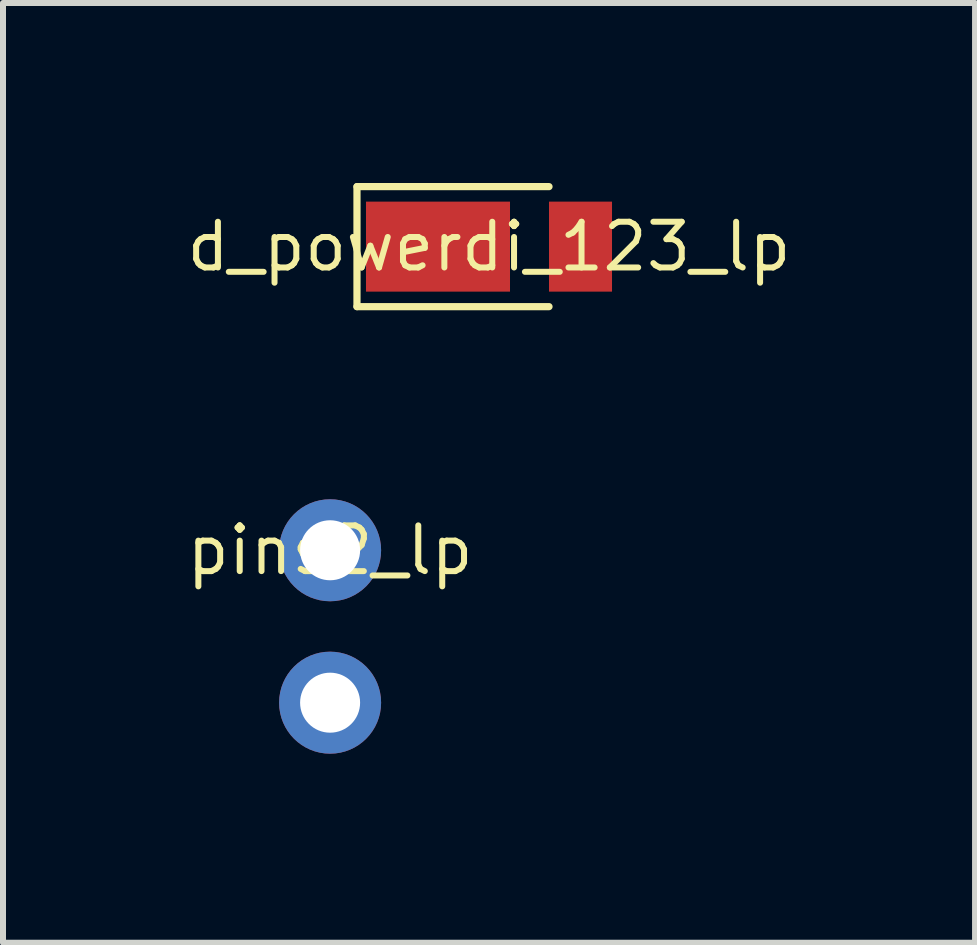
<source format=kicad_pcb>
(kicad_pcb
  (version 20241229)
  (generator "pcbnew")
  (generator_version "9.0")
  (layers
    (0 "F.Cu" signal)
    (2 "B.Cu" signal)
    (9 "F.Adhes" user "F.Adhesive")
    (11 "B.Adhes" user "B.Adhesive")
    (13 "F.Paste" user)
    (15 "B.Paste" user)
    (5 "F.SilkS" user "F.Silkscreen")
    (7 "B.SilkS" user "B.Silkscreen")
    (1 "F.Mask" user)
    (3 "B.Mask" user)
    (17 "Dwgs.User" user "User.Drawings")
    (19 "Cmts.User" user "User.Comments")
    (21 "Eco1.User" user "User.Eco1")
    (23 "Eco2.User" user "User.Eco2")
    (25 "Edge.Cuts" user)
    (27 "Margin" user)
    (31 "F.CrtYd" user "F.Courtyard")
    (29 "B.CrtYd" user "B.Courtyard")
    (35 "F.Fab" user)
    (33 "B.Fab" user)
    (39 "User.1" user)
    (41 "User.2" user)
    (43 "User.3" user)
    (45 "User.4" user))
  (footprint "d_powerdi_123_lp"
    (layer "F.Cu")
    (at 5.099 1.06)
    (property "Reference" "d_powerdi_123_lp" (at 0 0 0) (layer "F.SilkS") (effects (font (size 0.762 0.762) (thickness 0.1))))
    (attr through_hole)
    (fp_poly (pts (xy 0.5 -0.9) (xy -2.2 -0.9) (xy -2.2 0.9) (xy 0.5 0.9)) (stroke (width 0) (type solid)) (fill yes) (layer "F.Mask"))
    (fp_poly (pts (xy 2.2 -0.9) (xy 0.85 -0.9) (xy 0.85 0.9) (xy 2.2 0.9)) (stroke (width 0) (type solid)) (fill yes) (layer "F.Mask"))
    (fp_line (start -2.2 1) (end -2.2 -1) (stroke (width 0.12) (type solid)) (layer "F.SilkS"))
    (fp_line (start -2.2 1) (end 1 1) (stroke (width 0.12) (type solid)) (layer "F.SilkS"))
    (fp_line (start 1 -1) (end -2.2 -1) (stroke (width 0.12) (type solid)) (layer "F.SilkS"))
    (pad "1" smd rect (at -0.85 0 180) (size 2.4 1.5) (layers "F.Cu" "F.Paste"))
    (pad "2" smd rect (at 1.525 0 180) (size 1.05 1.5) (layers "F.Cu" "F.Paste")))
  (footprint "pins2_lp"
    (layer "F.Cu")
    (at 2.451 6.12)
    (property "Reference" "pins2_lp" (at 0 0 0) (layer "F.SilkS") (effects (font (size 0.762 0.762) (thickness 0.1))))
    (attr through_hole)
    (fp_poly (pts (xy 1 0) (xy 0.981 -0.195) (xy 0.924 -0.383) (xy 0.831 -0.556) (xy 0.707 -0.707) (xy 0.556 -0.831) (xy 0.383 -0.924) (xy 0.195 -0.981) (xy 0 -1) (xy -0.195 -0.981) (xy -0.383 -0.924) (xy -0.556 -0.831) (xy -0.707 -0.707) (xy -0.831 -0.556) (xy -0.924 -0.383) (xy -0.981 -0.195) (xy -1 0) (xy -0.981 0.195) (xy -0.924 0.383) (xy -0.831 0.556) (xy -0.707 0.707) (xy -0.556 0.831) (xy -0.383 0.924) (xy -0.195 0.981) (xy 0 1) (xy 0.195 0.981) (xy 0.383 0.924) (xy 0.556 0.831) (xy 0.707 0.707) (xy 0.831 0.556) (xy 0.924 0.383) (xy 0.981 0.195)) (stroke (width 0) (type solid)) (fill yes) (layer "F.Mask"))
    (fp_poly (pts (xy 1 2.54) (xy 0.981 2.345) (xy 0.924 2.157) (xy 0.831 1.984) (xy 0.707 1.833) (xy 0.556 1.709) (xy 0.383 1.616) (xy 0.195 1.559) (xy 0 1.54) (xy -0.195 1.559) (xy -0.383 1.616) (xy -0.556 1.709) (xy -0.707 1.833) (xy -0.831 1.984) (xy -0.924 2.157) (xy -0.981 2.345) (xy -1 2.54) (xy -0.981 2.735) (xy -0.924 2.923) (xy -0.831 3.096) (xy -0.707 3.247) (xy -0.556 3.371) (xy -0.383 3.464) (xy -0.195 3.521) (xy 0 3.54) (xy 0.195 3.521) (xy 0.383 3.464) (xy 0.556 3.371) (xy 0.707 3.247) (xy 0.831 3.096) (xy 0.924 2.923) (xy 0.981 2.735)) (stroke (width 0) (type solid)) (fill yes) (layer "F.Mask"))
    (fp_poly (pts (xy 1 0) (xy 0.981 -0.195) (xy 0.924 -0.383) (xy 0.831 -0.556) (xy 0.707 -0.707) (xy 0.556 -0.831) (xy 0.383 -0.924) (xy 0.195 -0.981) (xy 0 -1) (xy -0.195 -0.981) (xy -0.383 -0.924) (xy -0.556 -0.831) (xy -0.707 -0.707) (xy -0.831 -0.556) (xy -0.924 -0.383) (xy -0.981 -0.195) (xy -1 0) (xy -0.981 0.195) (xy -0.924 0.383) (xy -0.831 0.556) (xy -0.707 0.707) (xy -0.556 0.831) (xy -0.383 0.924) (xy -0.195 0.981) (xy 0 1) (xy 0.195 0.981) (xy 0.383 0.924) (xy 0.556 0.831) (xy 0.707 0.707) (xy 0.831 0.556) (xy 0.924 0.383) (xy 0.981 0.195)) (stroke (width 0) (type solid)) (fill yes) (layer "B.Mask"))
    (fp_poly (pts (xy 1 2.54) (xy 0.981 2.345) (xy 0.924 2.157) (xy 0.831 1.984) (xy 0.707 1.833) (xy 0.556 1.709) (xy 0.383 1.616) (xy 0.195 1.559) (xy 0 1.54) (xy -0.195 1.559) (xy -0.383 1.616) (xy -0.556 1.709) (xy -0.707 1.833) (xy -0.831 1.984) (xy -0.924 2.157) (xy -0.981 2.345) (xy -1 2.54) (xy -0.981 2.735) (xy -0.924 2.923) (xy -0.831 3.096) (xy -0.707 3.247) (xy -0.556 3.371) (xy -0.383 3.464) (xy -0.195 3.521) (xy 0 3.54) (xy 0.195 3.521) (xy 0.383 3.464) (xy 0.556 3.371) (xy 0.707 3.247) (xy 0.831 3.096) (xy 0.924 2.923) (xy 0.981 2.735)) (stroke (width 0) (type solid)) (fill yes) (layer "B.Mask"))
    (pad "1" thru_hole circle (at 0 0) (size 1.7 1.7) (drill 1) (layers "*.Cu"))
    (pad "2" thru_hole circle (at 0 2.54) (size 1.7 1.7) (drill 1) (layers "*.Cu")))
  (gr_rect
    (start -3 -3)
    (end 13.199 12.66)
    (stroke (width 0.1) (type default))
    (fill no)
    (layer "Edge.Cuts")))
</source>
